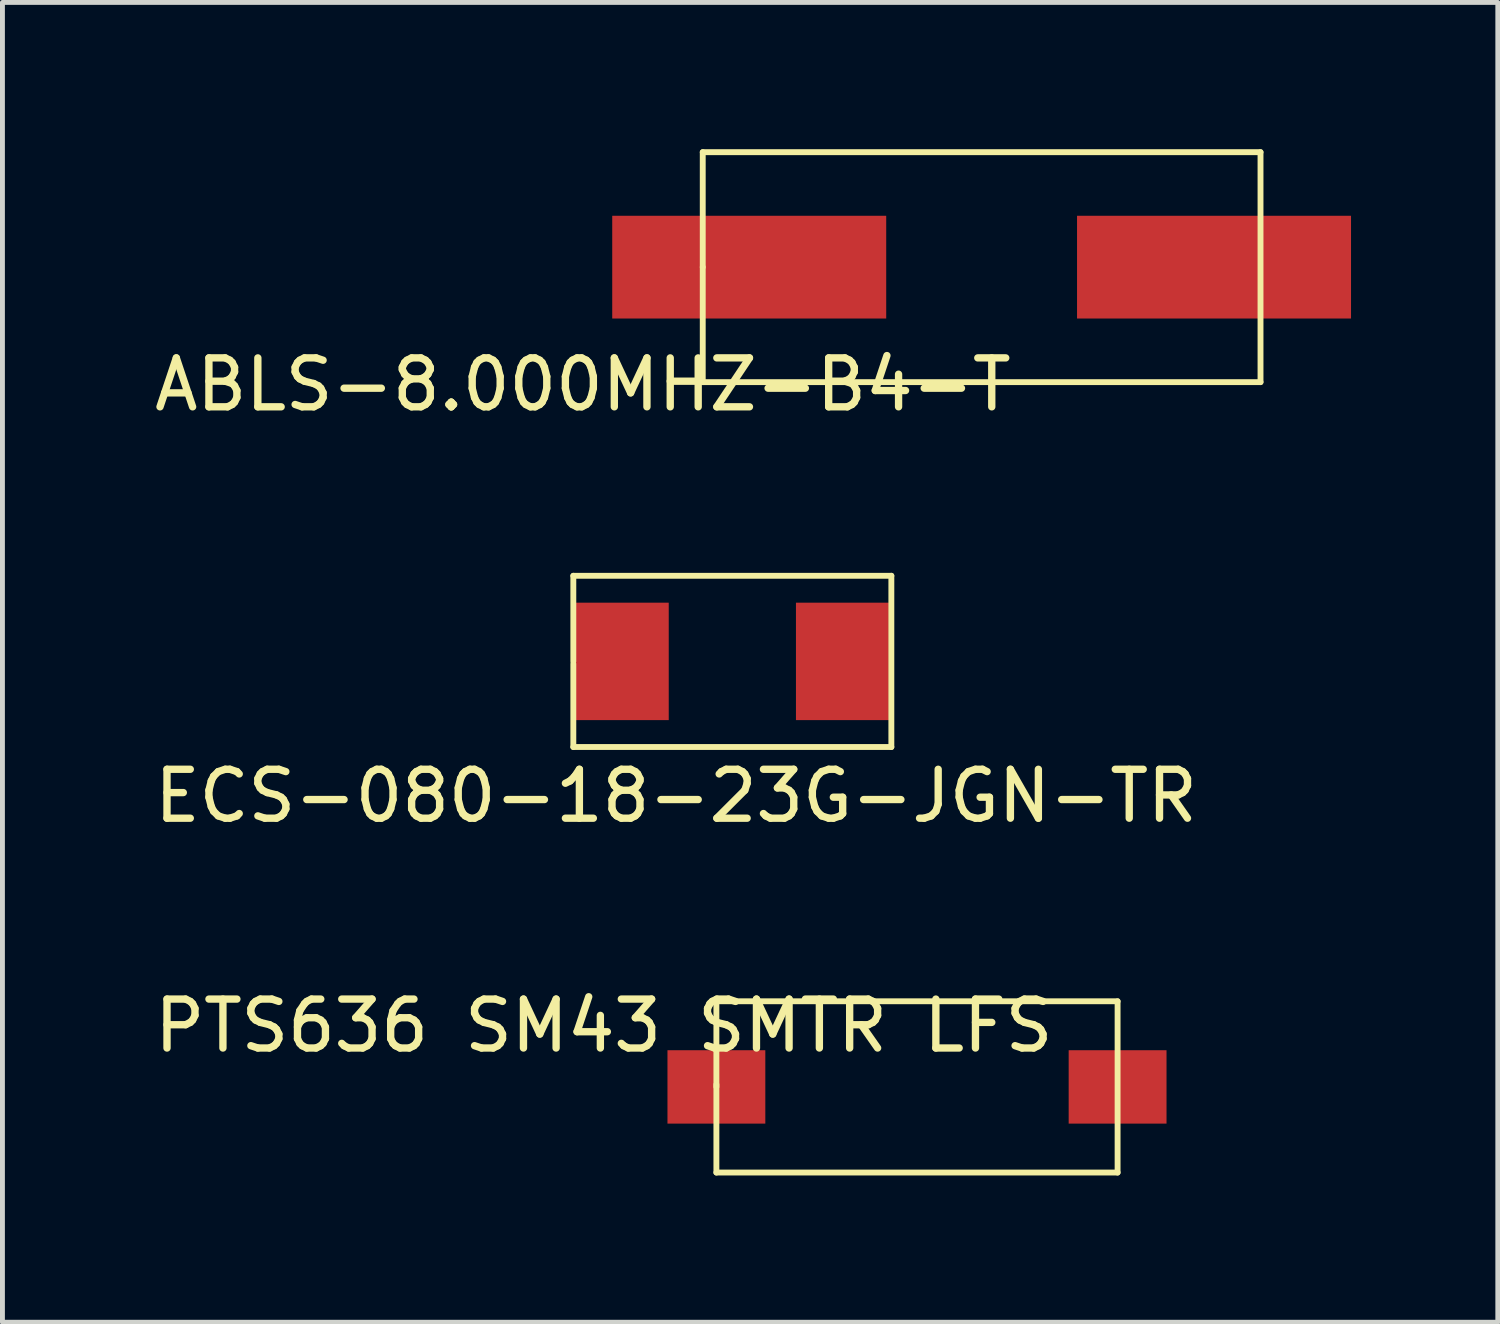
<source format=kicad_pcb>
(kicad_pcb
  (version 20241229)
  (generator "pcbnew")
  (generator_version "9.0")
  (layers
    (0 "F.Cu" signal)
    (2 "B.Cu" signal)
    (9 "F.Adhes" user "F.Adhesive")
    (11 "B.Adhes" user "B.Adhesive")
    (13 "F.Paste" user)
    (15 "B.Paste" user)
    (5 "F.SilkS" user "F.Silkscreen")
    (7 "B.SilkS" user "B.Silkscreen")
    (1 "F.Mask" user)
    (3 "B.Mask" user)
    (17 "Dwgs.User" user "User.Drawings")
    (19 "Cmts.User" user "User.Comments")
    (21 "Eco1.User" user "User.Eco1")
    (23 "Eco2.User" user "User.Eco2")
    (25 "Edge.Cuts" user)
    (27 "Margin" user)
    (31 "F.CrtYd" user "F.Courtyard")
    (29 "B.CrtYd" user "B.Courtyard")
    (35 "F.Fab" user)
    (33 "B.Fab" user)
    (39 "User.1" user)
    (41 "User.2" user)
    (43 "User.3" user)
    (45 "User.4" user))
  (footprint "ECS-080-18-23G-JGN-TR"
    (layer "F.Cu")
    (at 9.668 10.468)
    (property "Reference" "ECS-080-18-23G-JGN-TR" (at 1.1 2.75 0) (layer "F.SilkS") (effects (font (size 1 1) (thickness 0.15))))
    (attr through_hole)
    (fp_line (start -1 -1.75) (end 5.5 -1.75) (stroke (width 0.12) (type solid)) (layer "F.SilkS"))
    (fp_line (start -1 0) (end -1 -1.75) (stroke (width 0.12) (type solid)) (layer "F.SilkS"))
    (fp_line (start -1 1.75) (end -1 0.05) (stroke (width 0.12) (type solid)) (layer "F.SilkS"))
    (fp_line (start 5.5 -1.75) (end 5.5 1.75) (stroke (width 0.12) (type solid)) (layer "F.SilkS"))
    (fp_line (start 5.5 1.75) (end -1 1.75) (stroke (width 0.12) (type solid)) (layer "F.SilkS"))
    (pad "1" smd rect (at 0 0) (size 1.9 2.4) (layers "F.Cu" "F.Mask" "F.Paste"))
    (pad "2" smd rect (at 4.5 0) (size 1.9 2.4) (layers "F.Cu" "F.Mask" "F.Paste")))
  (footprint "PTS636 SM43 SMTR LFS"
    (layer "F.Cu")
    (at 11.592 19.165)
    (property "Reference" "PTS636 SM43 SMTR LFS" (at -2.3 -1.25 0) (layer "F.SilkS") (effects (font (size 1 1) (thickness 0.15))))
    (attr through_hole)
    (fp_line (start 0 -1.75) (end 8.2 -1.75) (stroke (width 0.12) (type solid)) (layer "F.SilkS"))
    (fp_line (start 0 0) (end 0 -1.75) (stroke (width 0.12) (type solid)) (layer "F.SilkS"))
    (fp_line (start 0 1.75) (end 0 -0.05) (stroke (width 0.12) (type solid)) (layer "F.SilkS"))
    (fp_line (start 8.2 -1.75) (end 8.2 1.75) (stroke (width 0.12) (type solid)) (layer "F.SilkS"))
    (fp_line (start 8.2 1.75) (end 0 1.75) (stroke (width 0.12) (type solid)) (layer "F.SilkS"))
    (pad "1" smd rect (at 0 0) (size 2 1.5) (layers "F.Cu" "F.Mask" "F.Paste"))
    (pad "2" smd rect (at 8.2 0) (size 2 1.5) (layers "F.Cu" "F.Mask" "F.Paste")))
  (footprint "ABLS-8.000MHZ-B4-T"
    (layer "F.Cu")
    (at 12.263 2.41)
    (property "Reference" "ABLS-8.000MHZ-B4-T" (at -3.4 2.4 0) (layer "F.SilkS") (effects (font (size 1 1) (thickness 0.15))))
    (attr through_hole)
    (fp_line (start -0.95 -2.35) (end 10.45 -2.35) (stroke (width 0.12) (type solid)) (layer "F.SilkS"))
    (fp_line (start -0.95 0) (end -0.95 -2.35) (stroke (width 0.12) (type solid)) (layer "F.SilkS"))
    (fp_line (start -0.95 2.35) (end -0.95 0) (stroke (width 0.12) (type solid)) (layer "F.SilkS"))
    (fp_line (start 10.45 -2.35) (end 10.45 2.35) (stroke (width 0.12) (type solid)) (layer "F.SilkS"))
    (fp_line (start 10.45 2.35) (end -0.95 2.35) (stroke (width 0.12) (type solid)) (layer "F.SilkS"))
    (pad "1" smd rect (at 0 0) (size 5.6 2.1) (layers "F.Cu" "F.Mask" "F.Paste"))
    (pad "2" smd rect (at 9.5 0) (size 5.6 2.1) (layers "F.Cu" "F.Mask" "F.Paste")))
  (gr_rect
    (start -3 -3)
    (end 27.563 23.975)
    (stroke (width 0.1) (type default))
    (fill no)
    (layer "Edge.Cuts")))
</source>
